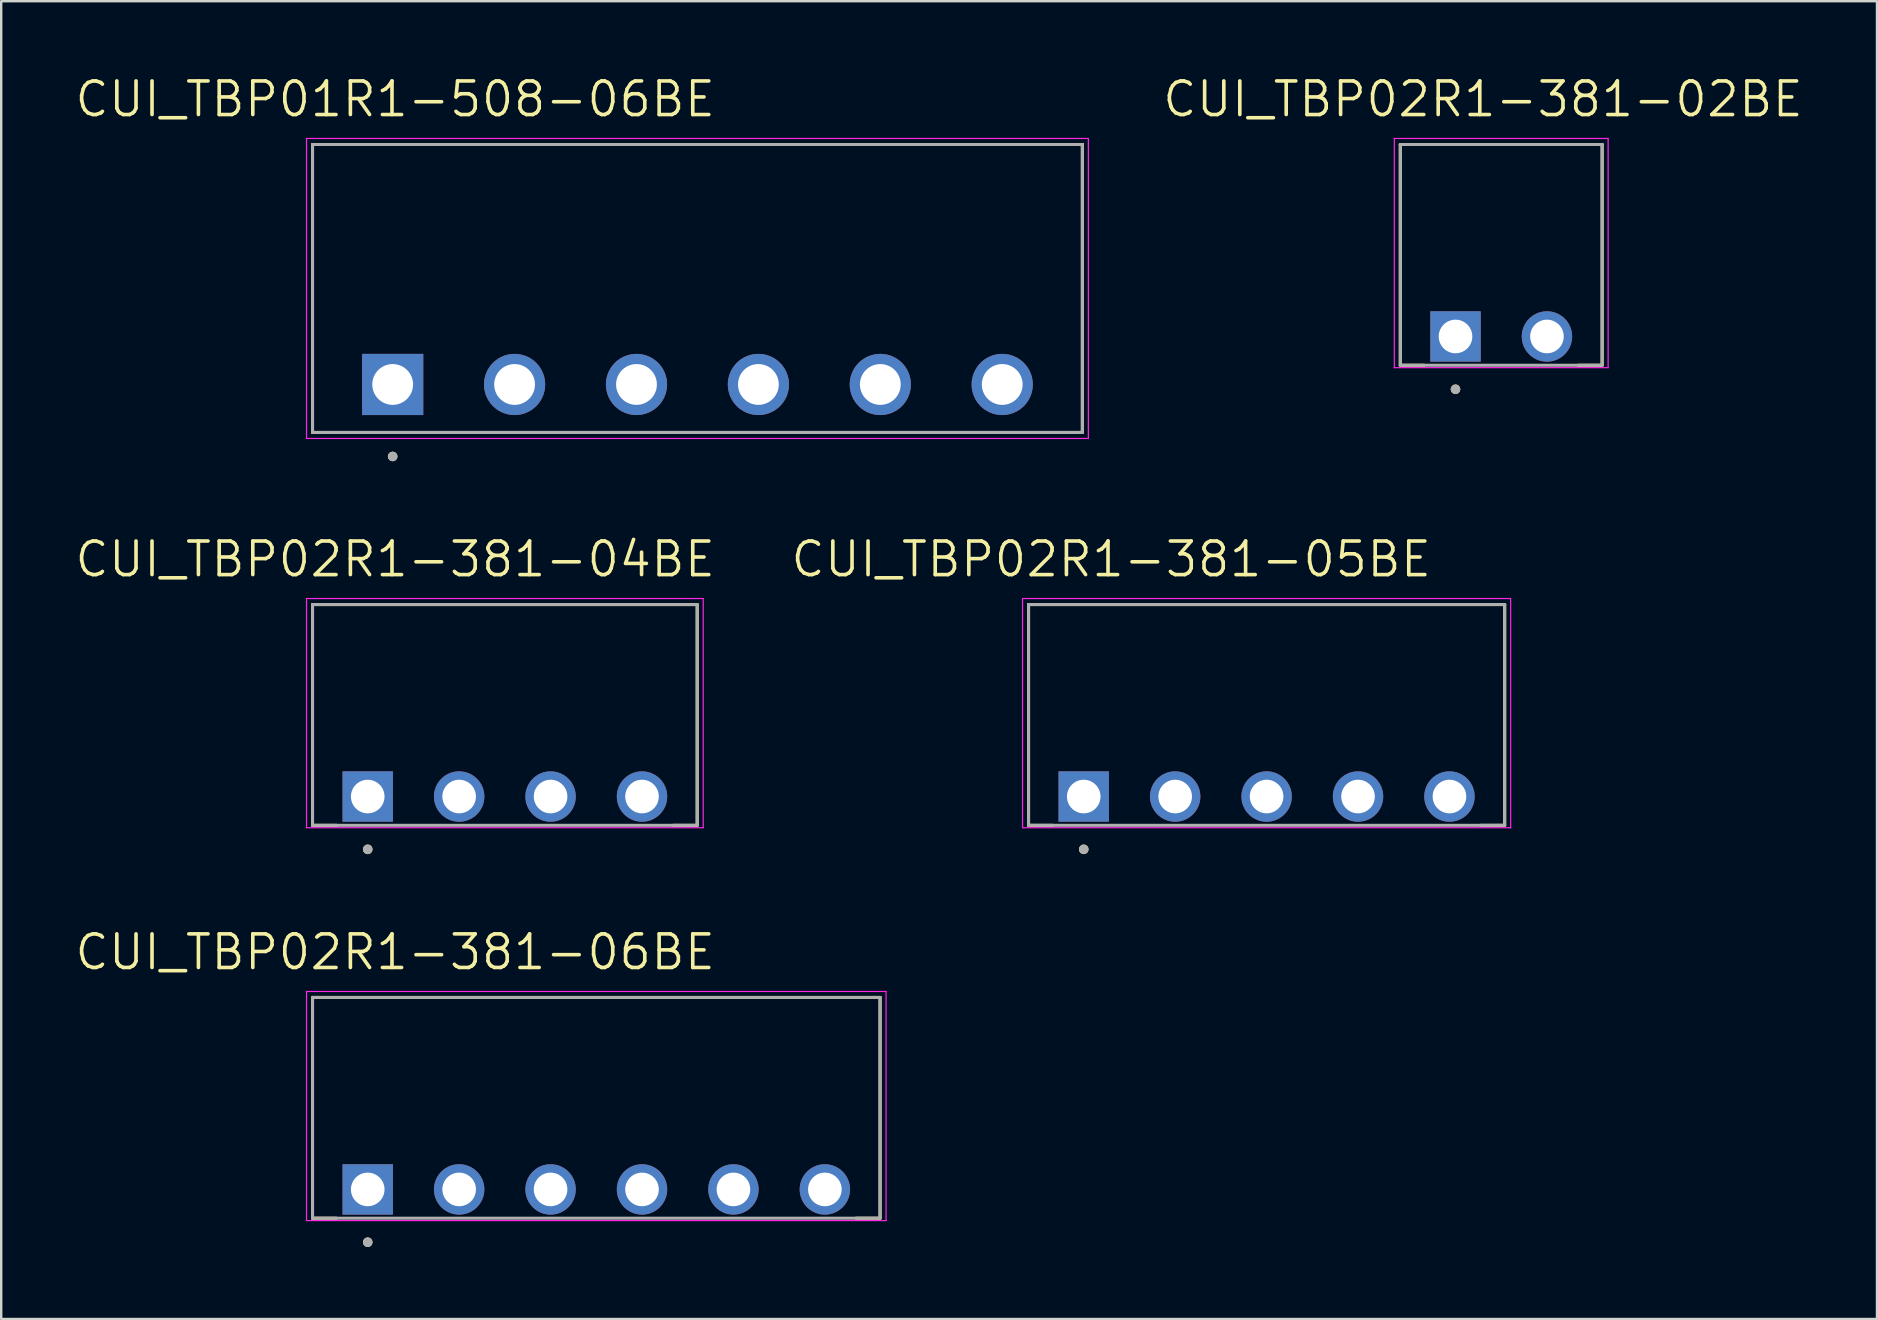
<source format=kicad_pcb>
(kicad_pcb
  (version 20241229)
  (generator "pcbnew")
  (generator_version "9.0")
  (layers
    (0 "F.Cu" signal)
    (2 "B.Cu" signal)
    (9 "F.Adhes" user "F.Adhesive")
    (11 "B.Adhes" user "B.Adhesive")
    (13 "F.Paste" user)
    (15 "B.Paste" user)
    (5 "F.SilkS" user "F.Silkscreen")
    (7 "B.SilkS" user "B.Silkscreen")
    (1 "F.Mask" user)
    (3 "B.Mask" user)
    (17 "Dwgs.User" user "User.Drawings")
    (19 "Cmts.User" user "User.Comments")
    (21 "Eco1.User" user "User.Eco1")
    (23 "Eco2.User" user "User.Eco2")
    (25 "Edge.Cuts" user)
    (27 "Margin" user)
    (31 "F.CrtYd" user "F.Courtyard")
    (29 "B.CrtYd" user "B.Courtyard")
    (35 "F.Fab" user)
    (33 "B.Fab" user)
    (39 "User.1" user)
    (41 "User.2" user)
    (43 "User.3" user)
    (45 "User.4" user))
  (footprint "CUI_TBP02R1-381-05BE"
    (layer "F.Cu")
    (at 42.11 30.142)
    (property "Reference" "CUI_TBP02R1-381-05BE" (at 1.145 -9.889 0) (layer "F.SilkS") (effects (font (size 1.4 1.4) (thickness 0.15))))
    (attr through_hole)
    (fp_line (start -2.3 -8) (end 17.54 -8) (stroke (width 0.127) (type solid)) (layer "F.SilkS"))
    (fp_line (start -2.3 1.2) (end -2.3 -8) (stroke (width 0.127) (type solid)) (layer "F.SilkS"))
    (fp_line (start -2.3 1.2) (end -1.3 1.2) (stroke (width 0.127) (type solid)) (layer "F.SilkS"))
    (fp_line (start 17.54 -8) (end 17.54 1.2) (stroke (width 0.127) (type solid)) (layer "F.SilkS"))
    (fp_line (start 17.54 1.2) (end 16.54 1.2) (stroke (width 0.127) (type solid)) (layer "F.SilkS"))
    (fp_circle (center 0 2.2) (end 0.1 2.2) (stroke (width 0.2) (type solid)) (fill no) (layer "F.SilkS"))
    (fp_line (start -2.55 -8.25) (end 17.79 -8.25) (stroke (width 0.05) (type solid)) (layer "F.CrtYd"))
    (fp_line (start -2.55 1.3) (end -2.55 -8.25) (stroke (width 0.05) (type solid)) (layer "F.CrtYd"))
    (fp_line (start 17.79 -8.25) (end 17.79 1.3) (stroke (width 0.05) (type solid)) (layer "F.CrtYd"))
    (fp_line (start 17.79 1.3) (end -2.55 1.3) (stroke (width 0.05) (type solid)) (layer "F.CrtYd"))
    (fp_line (start -2.3 -8) (end 17.54 -8) (stroke (width 0.127) (type solid)) (layer "F.Fab"))
    (fp_line (start -2.3 1.2) (end -2.3 -8) (stroke (width 0.127) (type solid)) (layer "F.Fab"))
    (fp_line (start 17.54 -8) (end 17.54 1.2) (stroke (width 0.127) (type solid)) (layer "F.Fab"))
    (fp_line (start 17.54 1.2) (end -2.3 1.2) (stroke (width 0.127) (type solid)) (layer "F.Fab"))
    (fp_circle (center 0 2.2) (end 0.1 2.2) (stroke (width 0.2) (type solid)) (fill no) (layer "F.Fab"))
    (pad "1" thru_hole rect (at 0 0) (size 2.1 2.1) (drill 1.4) (layers "*.Cu" "*.Mask"))
    (pad "2" thru_hole circle (at 3.81 0) (size 2.1 2.1) (drill 1.4) (layers "*.Cu" "*.Mask"))
    (pad "3" thru_hole circle (at 7.62 0) (size 2.1 2.1) (drill 1.4) (layers "*.Cu" "*.Mask"))
    (pad "4" thru_hole circle (at 11.43 0) (size 2.1 2.1) (drill 1.4) (layers "*.Cu" "*.Mask"))
    (pad "5" thru_hole circle (at 15.24 0) (size 2.1 2.1) (drill 1.4) (layers "*.Cu" "*.Mask")))
  (footprint "CUI_TBP02R1-381-02BE"
    (layer "F.Cu")
    (at 57.602 10.971)
    (property "Reference" "CUI_TBP02R1-381-02BE" (at 1.145 -9.889 0) (layer "F.SilkS") (effects (font (size 1.4 1.4) (thickness 0.15))))
    (attr through_hole)
    (fp_line (start -2.3 -8) (end 6.11 -8) (stroke (width 0.127) (type solid)) (layer "F.SilkS"))
    (fp_line (start -2.3 1.2) (end -2.3 -8) (stroke (width 0.127) (type solid)) (layer "F.SilkS"))
    (fp_line (start -2.3 1.2) (end -1.3 1.2) (stroke (width 0.127) (type solid)) (layer "F.SilkS"))
    (fp_line (start 6.11 -8) (end 6.11 1.2) (stroke (width 0.127) (type solid)) (layer "F.SilkS"))
    (fp_line (start 6.11 1.2) (end 5.11 1.2) (stroke (width 0.127) (type solid)) (layer "F.SilkS"))
    (fp_circle (center 0 2.2) (end 0.1 2.2) (stroke (width 0.2) (type solid)) (fill no) (layer "F.SilkS"))
    (fp_line (start -2.55 -8.25) (end 6.36 -8.25) (stroke (width 0.05) (type solid)) (layer "F.CrtYd"))
    (fp_line (start -2.55 1.3) (end -2.55 -8.25) (stroke (width 0.05) (type solid)) (layer "F.CrtYd"))
    (fp_line (start 6.36 -8.25) (end 6.36 1.3) (stroke (width 0.05) (type solid)) (layer "F.CrtYd"))
    (fp_line (start 6.36 1.3) (end -2.55 1.3) (stroke (width 0.05) (type solid)) (layer "F.CrtYd"))
    (fp_line (start -2.3 -8) (end 6.11 -8) (stroke (width 0.127) (type solid)) (layer "F.Fab"))
    (fp_line (start -2.3 1.2) (end -2.3 -8) (stroke (width 0.127) (type solid)) (layer "F.Fab"))
    (fp_line (start 6.11 -8) (end 6.11 1.2) (stroke (width 0.127) (type solid)) (layer "F.Fab"))
    (fp_line (start 6.11 1.2) (end -2.3 1.2) (stroke (width 0.127) (type solid)) (layer "F.Fab"))
    (fp_circle (center 0 2.2) (end 0.1 2.2) (stroke (width 0.2) (type solid)) (fill no) (layer "F.Fab"))
    (pad "1" thru_hole rect (at 0 0) (size 2.1 2.1) (drill 1.4) (layers "*.Cu" "*.Mask"))
    (pad "2" thru_hole circle (at 3.81 0) (size 2.1 2.1) (drill 1.4) (layers "*.Cu" "*.Mask")))
  (footprint "CUI_TBP02R1-381-04BE"
    (layer "F.Cu")
    (at 12.273 30.142)
    (property "Reference" "CUI_TBP02R1-381-04BE" (at 1.145 -9.889 0) (layer "F.SilkS") (effects (font (size 1.4 1.4) (thickness 0.15))))
    (attr through_hole)
    (fp_line (start -2.3 -8) (end 13.73 -8) (stroke (width 0.127) (type solid)) (layer "F.SilkS"))
    (fp_line (start -2.3 1.2) (end -2.3 -8) (stroke (width 0.127) (type solid)) (layer "F.SilkS"))
    (fp_line (start -2.3 1.2) (end -1.3 1.2) (stroke (width 0.127) (type solid)) (layer "F.SilkS"))
    (fp_line (start 13.73 -8) (end 13.73 1.2) (stroke (width 0.127) (type solid)) (layer "F.SilkS"))
    (fp_line (start 13.73 1.2) (end 12.73 1.2) (stroke (width 0.127) (type solid)) (layer "F.SilkS"))
    (fp_circle (center 0 2.2) (end 0.1 2.2) (stroke (width 0.2) (type solid)) (fill no) (layer "F.SilkS"))
    (fp_line (start -2.55 -8.25) (end 13.98 -8.25) (stroke (width 0.05) (type solid)) (layer "F.CrtYd"))
    (fp_line (start -2.55 1.3) (end -2.55 -8.25) (stroke (width 0.05) (type solid)) (layer "F.CrtYd"))
    (fp_line (start 13.98 -8.25) (end 13.98 1.3) (stroke (width 0.05) (type solid)) (layer "F.CrtYd"))
    (fp_line (start 13.98 1.3) (end -2.55 1.3) (stroke (width 0.05) (type solid)) (layer "F.CrtYd"))
    (fp_line (start -2.3 -8) (end 13.73 -8) (stroke (width 0.127) (type solid)) (layer "F.Fab"))
    (fp_line (start -2.3 1.2) (end -2.3 -8) (stroke (width 0.127) (type solid)) (layer "F.Fab"))
    (fp_line (start 13.73 -8) (end 13.73 1.2) (stroke (width 0.127) (type solid)) (layer "F.Fab"))
    (fp_line (start 13.73 1.2) (end -2.3 1.2) (stroke (width 0.127) (type solid)) (layer "F.Fab"))
    (fp_circle (center 0 2.2) (end 0.1 2.2) (stroke (width 0.2) (type solid)) (fill no) (layer "F.Fab"))
    (pad "1" thru_hole rect (at 0 0) (size 2.1 2.1) (drill 1.4) (layers "*.Cu" "*.Mask"))
    (pad "2" thru_hole circle (at 3.81 0) (size 2.1 2.1) (drill 1.4) (layers "*.Cu" "*.Mask"))
    (pad "3" thru_hole circle (at 7.62 0) (size 2.1 2.1) (drill 1.4) (layers "*.Cu" "*.Mask"))
    (pad "4" thru_hole circle (at 11.43 0) (size 2.1 2.1) (drill 1.4) (layers "*.Cu" "*.Mask")))
  (footprint "CUI_TBP01R1-508-06BE"
    (layer "F.Cu")
    (at 13.313 12.971)
    (property "Reference" "CUI_TBP01R1-508-06BE" (at 0.105 -11.889 0) (layer "F.SilkS") (effects (font (size 1.4 1.4) (thickness 0.15))))
    (attr through_hole)
    (fp_line (start -3.34 -10) (end 28.74 -10) (stroke (width 0.127) (type solid)) (layer "F.SilkS"))
    (fp_line (start -3.34 2) (end -3.34 -10) (stroke (width 0.127) (type solid)) (layer "F.SilkS"))
    (fp_line (start 28.74 -10) (end 28.74 2) (stroke (width 0.127) (type solid)) (layer "F.SilkS"))
    (fp_line (start 28.74 2) (end -3.34 2) (stroke (width 0.127) (type solid)) (layer "F.SilkS"))
    (fp_circle (center 0 3) (end 0.1 3) (stroke (width 0.2) (type solid)) (fill no) (layer "F.SilkS"))
    (fp_line (start -3.59 -10.25) (end 28.99 -10.25) (stroke (width 0.05) (type solid)) (layer "F.CrtYd"))
    (fp_line (start -3.59 2.25) (end -3.59 -10.25) (stroke (width 0.05) (type solid)) (layer "F.CrtYd"))
    (fp_line (start 28.99 -10.25) (end 28.99 2.25) (stroke (width 0.05) (type solid)) (layer "F.CrtYd"))
    (fp_line (start 28.99 2.25) (end -3.59 2.25) (stroke (width 0.05) (type solid)) (layer "F.CrtYd"))
    (fp_line (start -3.34 -10) (end 28.74 -10) (stroke (width 0.127) (type solid)) (layer "F.Fab"))
    (fp_line (start -3.34 2) (end -3.34 -10) (stroke (width 0.127) (type solid)) (layer "F.Fab"))
    (fp_line (start 28.74 -10) (end 28.74 2) (stroke (width 0.127) (type solid)) (layer "F.Fab"))
    (fp_line (start 28.74 2) (end -3.34 2) (stroke (width 0.127) (type solid)) (layer "F.Fab"))
    (fp_circle (center 0 3) (end 0.1 3) (stroke (width 0.2) (type solid)) (fill no) (layer "F.Fab"))
    (pad "1" thru_hole rect (at 0 0) (size 2.55 2.55) (drill 1.7) (layers "*.Cu" "*.Mask"))
    (pad "2" thru_hole circle (at 5.08 0) (size 2.55 2.55) (drill 1.7) (layers "*.Cu" "*.Mask"))
    (pad "3" thru_hole circle (at 10.16 0) (size 2.55 2.55) (drill 1.7) (layers "*.Cu" "*.Mask"))
    (pad "4" thru_hole circle (at 15.24 0) (size 2.55 2.55) (drill 1.7) (layers "*.Cu" "*.Mask"))
    (pad "5" thru_hole circle (at 20.32 0) (size 2.55 2.55) (drill 1.7) (layers "*.Cu" "*.Mask"))
    (pad "6" thru_hole circle (at 25.4 0) (size 2.55 2.55) (drill 1.7) (layers "*.Cu" "*.Mask")))
  (footprint "CUI_TBP02R1-381-06BE"
    (layer "F.Cu")
    (at 12.273 46.514)
    (property "Reference" "CUI_TBP02R1-381-06BE" (at 1.145 -9.889 0) (layer "F.SilkS") (effects (font (size 1.4 1.4) (thickness 0.15))))
    (attr through_hole)
    (fp_line (start -2.3 -8) (end 21.35 -8) (stroke (width 0.127) (type solid)) (layer "F.SilkS"))
    (fp_line (start -2.3 1.2) (end -2.3 -8) (stroke (width 0.127) (type solid)) (layer "F.SilkS"))
    (fp_line (start -2.3 1.2) (end -1.3 1.2) (stroke (width 0.127) (type solid)) (layer "F.SilkS"))
    (fp_line (start 21.35 -8) (end 21.35 1.2) (stroke (width 0.127) (type solid)) (layer "F.SilkS"))
    (fp_line (start 21.35 1.2) (end 20.35 1.2) (stroke (width 0.127) (type solid)) (layer "F.SilkS"))
    (fp_circle (center 0 2.2) (end 0.1 2.2) (stroke (width 0.2) (type solid)) (fill no) (layer "F.SilkS"))
    (fp_line (start -2.55 -8.25) (end 21.6 -8.25) (stroke (width 0.05) (type solid)) (layer "F.CrtYd"))
    (fp_line (start -2.55 1.3) (end -2.55 -8.25) (stroke (width 0.05) (type solid)) (layer "F.CrtYd"))
    (fp_line (start 21.6 -8.25) (end 21.6 1.3) (stroke (width 0.05) (type solid)) (layer "F.CrtYd"))
    (fp_line (start 21.6 1.3) (end -2.55 1.3) (stroke (width 0.05) (type solid)) (layer "F.CrtYd"))
    (fp_line (start -2.3 -8) (end 21.35 -8) (stroke (width 0.127) (type solid)) (layer "F.Fab"))
    (fp_line (start -2.3 1.2) (end -2.3 -8) (stroke (width 0.127) (type solid)) (layer "F.Fab"))
    (fp_line (start 21.35 -8) (end 21.35 1.2) (stroke (width 0.127) (type solid)) (layer "F.Fab"))
    (fp_line (start 21.35 1.2) (end -2.3 1.2) (stroke (width 0.127) (type solid)) (layer "F.Fab"))
    (fp_circle (center 0 2.2) (end 0.1 2.2) (stroke (width 0.2) (type solid)) (fill no) (layer "F.Fab"))
    (pad "1" thru_hole rect (at 0 0) (size 2.1 2.1) (drill 1.4) (layers "*.Cu" "*.Mask"))
    (pad "2" thru_hole circle (at 3.81 0) (size 2.1 2.1) (drill 1.4) (layers "*.Cu" "*.Mask"))
    (pad "3" thru_hole circle (at 7.62 0) (size 2.1 2.1) (drill 1.4) (layers "*.Cu" "*.Mask"))
    (pad "4" thru_hole circle (at 11.43 0) (size 2.1 2.1) (drill 1.4) (layers "*.Cu" "*.Mask"))
    (pad "5" thru_hole circle (at 15.24 0) (size 2.1 2.1) (drill 1.4) (layers "*.Cu" "*.Mask"))
    (pad "6" thru_hole circle (at 19.05 0) (size 2.1 2.1) (drill 1.4) (layers "*.Cu" "*.Mask")))
  (gr_rect
    (start -3 -3)
    (end 75.165 51.914)
    (stroke (width 0.1) (type default))
    (fill no)
    (layer "Edge.Cuts")))
</source>
